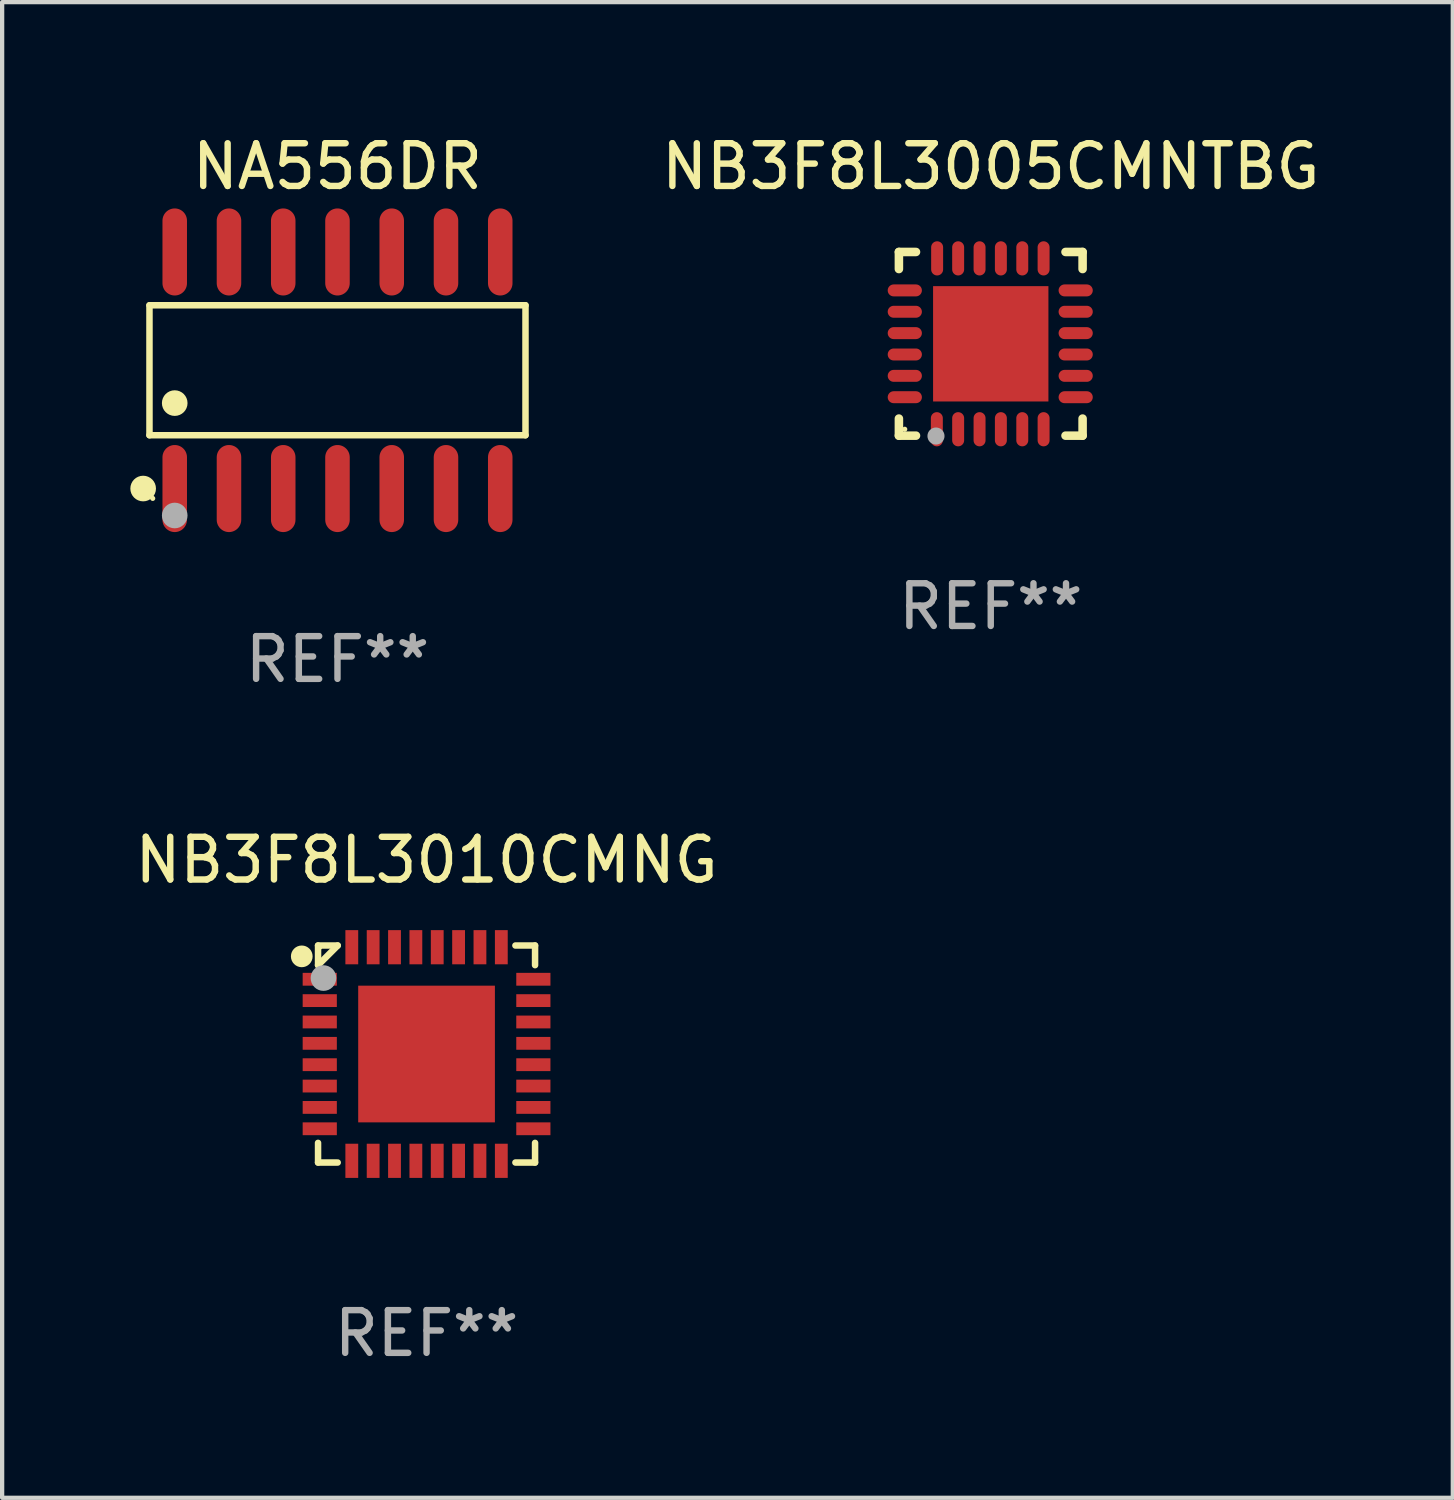
<source format=kicad_pcb>
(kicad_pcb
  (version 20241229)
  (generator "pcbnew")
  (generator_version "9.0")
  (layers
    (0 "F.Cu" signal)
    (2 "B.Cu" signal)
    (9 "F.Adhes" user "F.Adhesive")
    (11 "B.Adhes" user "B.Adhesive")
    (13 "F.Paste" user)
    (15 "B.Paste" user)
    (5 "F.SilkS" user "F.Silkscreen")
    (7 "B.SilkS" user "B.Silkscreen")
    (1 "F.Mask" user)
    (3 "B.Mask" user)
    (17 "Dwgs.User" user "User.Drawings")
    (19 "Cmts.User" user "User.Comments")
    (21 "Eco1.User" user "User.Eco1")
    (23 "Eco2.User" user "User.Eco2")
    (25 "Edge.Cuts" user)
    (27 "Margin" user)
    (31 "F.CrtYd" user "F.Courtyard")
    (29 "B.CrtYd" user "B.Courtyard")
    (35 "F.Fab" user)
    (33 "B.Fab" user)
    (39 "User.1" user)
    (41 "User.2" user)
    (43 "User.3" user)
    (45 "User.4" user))
  (footprint "NA556DR"
    (layer "F.Cu")
    (at 4.85 5.617)
    (property "Reference" "NA556DR" (at 0 -4.769 0) (layer "F.SilkS") (effects (font (size 1 1) (thickness 0.15))))
    (attr through_hole)
    (fp_line (start -4.401 -1.521) (end 4.401 -1.521) (stroke (width 0.152) (type solid)) (layer "F.SilkS"))
    (fp_line (start -4.401 1.521) (end -4.401 -1.521) (stroke (width 0.152) (type solid)) (layer "F.SilkS"))
    (fp_line (start 4.401 -1.521) (end 4.401 1.521) (stroke (width 0.152) (type solid)) (layer "F.SilkS"))
    (fp_line (start 4.401 1.521) (end -4.401 1.521) (stroke (width 0.152) (type solid)) (layer "F.SilkS"))
    (fp_circle (center -4.549 2.769) (end -4.399 2.769) (stroke (width 0.3) (type solid)) (fill no) (layer "F.SilkS"))
    (fp_circle (center -4.325 3) (end -4.295 3) (stroke (width 0.06) (type solid)) (fill no) (layer "F.SilkS"))
    (fp_circle (center -3.81 0.769) (end -3.66 0.769) (stroke (width 0.3) (type solid)) (fill no) (layer "F.SilkS"))
    (fp_circle (center -3.81 3.4) (end -3.66 3.4) (stroke (width 0.3) (type solid)) (fill no) (layer "F.Fab"))
    (fp_text user "REF**" (at 0 6.769 0) (layer "F.Fab") (effects (font (size 1 1) (thickness 0.15))))
    (pad "1" smd oval (at -3.81 2.769) (size 0.574 2.038) (layers "F.Cu" "F.Mask" "F.Paste"))
    (pad "2" smd oval (at -2.54 2.769) (size 0.574 2.038) (layers "F.Cu" "F.Mask" "F.Paste"))
    (pad "3" smd oval (at -1.27 2.769) (size 0.574 2.038) (layers "F.Cu" "F.Mask" "F.Paste"))
    (pad "4" smd oval (at 0 2.769) (size 0.574 2.038) (layers "F.Cu" "F.Mask" "F.Paste"))
    (pad "5" smd oval (at 1.27 2.769) (size 0.574 2.038) (layers "F.Cu" "F.Mask" "F.Paste"))
    (pad "6" smd oval (at 2.54 2.769) (size 0.574 2.038) (layers "F.Cu" "F.Mask" "F.Paste"))
    (pad "7" smd oval (at 3.81 2.769) (size 0.574 2.038) (layers "F.Cu" "F.Mask" "F.Paste"))
    (pad "8" smd oval (at 3.81 -2.769) (size 0.574 2.038) (layers "F.Cu" "F.Mask" "F.Paste"))
    (pad "9" smd oval (at 2.54 -2.769) (size 0.574 2.038) (layers "F.Cu" "F.Mask" "F.Paste"))
    (pad "10" smd oval (at 1.27 -2.769) (size 0.574 2.038) (layers "F.Cu" "F.Mask" "F.Paste"))
    (pad "11" smd oval (at 0 -2.769) (size 0.574 2.038) (layers "F.Cu" "F.Mask" "F.Paste"))
    (pad "12" smd oval (at -1.27 -2.769) (size 0.574 2.038) (layers "F.Cu" "F.Mask" "F.Paste"))
    (pad "13" smd oval (at -2.54 -2.769) (size 0.574 2.038) (layers "F.Cu" "F.Mask" "F.Paste"))
    (pad "14" smd oval (at -3.81 -2.769) (size 0.574 2.038) (layers "F.Cu" "F.Mask" "F.Paste")))
  (footprint "NB3F8L3010CMNG"
    (layer "F.Cu")
    (at 6.935 21.623)
    (property "Reference" "NB3F8L3010CMNG" (at 0 -4.54 0) (layer "F.SilkS") (effects (font (size 1 1) (thickness 0.15))))
    (attr through_hole)
    (fp_line (start -2.54 -2.54) (end -2.08 -2.54) (stroke (width 0.152) (type solid)) (layer "F.SilkS"))
    (fp_line (start -2.54 -2.08) (end -2.54 -2.54) (stroke (width 0.152) (type solid)) (layer "F.SilkS"))
    (fp_line (start -2.54 -2.08) (end -2.08 -2.54) (stroke (width 0.152) (type solid)) (layer "F.SilkS"))
    (fp_line (start -2.54 2.54) (end -2.54 2.08) (stroke (width 0.152) (type solid)) (layer "F.SilkS"))
    (fp_line (start -2.08 2.54) (end -2.54 2.54) (stroke (width 0.152) (type solid)) (layer "F.SilkS"))
    (fp_line (start 2.08 -2.54) (end 2.54 -2.54) (stroke (width 0.152) (type solid)) (layer "F.SilkS"))
    (fp_line (start 2.54 -2.54) (end 2.54 -2.08) (stroke (width 0.152) (type solid)) (layer "F.SilkS"))
    (fp_line (start 2.54 2.08) (end 2.54 2.54) (stroke (width 0.152) (type solid)) (layer "F.SilkS"))
    (fp_line (start 2.54 2.54) (end 2.08 2.54) (stroke (width 0.152) (type solid)) (layer "F.SilkS"))
    (fp_circle (center -2.921 -2.286) (end -2.794 -2.286) (stroke (width 0.254) (type solid)) (fill no) (layer "F.SilkS"))
    (fp_circle (center -2.5 -2.5) (end -2.47 -2.5) (stroke (width 0.06) (type solid)) (fill no) (layer "F.SilkS"))
    (fp_circle (center -2.413 -1.778) (end -2.263 -1.778) (stroke (width 0.3) (type solid)) (fill no) (layer "F.Fab"))
    (fp_text user "REF**" (at 0 6.54 0) (layer "F.Fab") (effects (font (size 1 1) (thickness 0.15))))
    (pad "1" smd rect (at -2.5 -1.75 90) (size 0.3 0.8) (layers "F.Cu" "F.Mask" "F.Paste"))
    (pad "2" smd rect (at -2.5 -1.25 90) (size 0.3 0.8) (layers "F.Cu" "F.Mask" "F.Paste"))
    (pad "3" smd rect (at -2.5 -0.75 90) (size 0.3 0.8) (layers "F.Cu" "F.Mask" "F.Paste"))
    (pad "4" smd rect (at -2.5 -0.25 90) (size 0.3 0.8) (layers "F.Cu" "F.Mask" "F.Paste"))
    (pad "5" smd rect (at -2.5 0.25 90) (size 0.3 0.8) (layers "F.Cu" "F.Mask" "F.Paste"))
    (pad "6" smd rect (at -2.5 0.75 90) (size 0.3 0.8) (layers "F.Cu" "F.Mask" "F.Paste"))
    (pad "7" smd rect (at -2.5 1.25 90) (size 0.3 0.8) (layers "F.Cu" "F.Mask" "F.Paste"))
    (pad "8" smd rect (at -2.5 1.75 90) (size 0.3 0.8) (layers "F.Cu" "F.Mask" "F.Paste"))
    (pad "9" smd rect (at -1.75 2.5 180) (size 0.3 0.8) (layers "F.Cu" "F.Mask" "F.Paste"))
    (pad "10" smd rect (at -1.25 2.5 180) (size 0.3 0.8) (layers "F.Cu" "F.Mask" "F.Paste"))
    (pad "11" smd rect (at -0.75 2.5 180) (size 0.3 0.8) (layers "F.Cu" "F.Mask" "F.Paste"))
    (pad "12" smd rect (at -0.25 2.5 180) (size 0.3 0.8) (layers "F.Cu" "F.Mask" "F.Paste"))
    (pad "13" smd rect (at 0.25 2.5 180) (size 0.3 0.8) (layers "F.Cu" "F.Mask" "F.Paste"))
    (pad "14" smd rect (at 0.75 2.5 180) (size 0.3 0.8) (layers "F.Cu" "F.Mask" "F.Paste"))
    (pad "15" smd rect (at 1.25 2.5 180) (size 0.3 0.8) (layers "F.Cu" "F.Mask" "F.Paste"))
    (pad "16" smd rect (at 1.75 2.5 180) (size 0.3 0.8) (layers "F.Cu" "F.Mask" "F.Paste"))
    (pad "17" smd rect (at 2.5 1.75 270) (size 0.3 0.8) (layers "F.Cu" "F.Mask" "F.Paste"))
    (pad "18" smd rect (at 2.5 1.25 270) (size 0.3 0.8) (layers "F.Cu" "F.Mask" "F.Paste"))
    (pad "19" smd rect (at 2.5 0.75 270) (size 0.3 0.8) (layers "F.Cu" "F.Mask" "F.Paste"))
    (pad "20" smd rect (at 2.5 0.25 270) (size 0.3 0.8) (layers "F.Cu" "F.Mask" "F.Paste"))
    (pad "21" smd rect (at 2.5 -0.25 270) (size 0.3 0.8) (layers "F.Cu" "F.Mask" "F.Paste"))
    (pad "22" smd rect (at 2.5 -0.75 270) (size 0.3 0.8) (layers "F.Cu" "F.Mask" "F.Paste"))
    (pad "23" smd rect (at 2.5 -1.25 270) (size 0.3 0.8) (layers "F.Cu" "F.Mask" "F.Paste"))
    (pad "24" smd rect (at 2.5 -1.75 270) (size 0.3 0.8) (layers "F.Cu" "F.Mask" "F.Paste"))
    (pad "25" smd rect (at 1.75 -2.5) (size 0.3 0.8) (layers "F.Cu" "F.Mask" "F.Paste"))
    (pad "26" smd rect (at 1.25 -2.5) (size 0.3 0.8) (layers "F.Cu" "F.Mask" "F.Paste"))
    (pad "27" smd rect (at 0.75 -2.5) (size 0.3 0.8) (layers "F.Cu" "F.Mask" "F.Paste"))
    (pad "28" smd rect (at 0.25 -2.5) (size 0.3 0.8) (layers "F.Cu" "F.Mask" "F.Paste"))
    (pad "29" smd rect (at -0.25 -2.5) (size 0.3 0.8) (layers "F.Cu" "F.Mask" "F.Paste"))
    (pad "30" smd rect (at -0.75 -2.5) (size 0.3 0.8) (layers "F.Cu" "F.Mask" "F.Paste"))
    (pad "31" smd rect (at -1.25 -2.5) (size 0.3 0.8) (layers "F.Cu" "F.Mask" "F.Paste"))
    (pad "32" smd rect (at -1.75 -2.5) (size 0.3 0.8) (layers "F.Cu" "F.Mask" "F.Paste"))
    (pad "33" smd rect (at 0 0 90) (size 3.2 3.2) (layers "F.Cu" "F.Mask" "F.Paste")))
  (footprint "NB3F8L3005CMNTBG"
    (layer "F.Cu")
    (at 20.142 4.998)
    (property "Reference" "NB3F8L3005CMNTBG" (at 0 -4.15 0) (layer "F.SilkS") (effects (font (size 1 1) (thickness 0.15))))
    (attr through_hole)
    (fp_line (start -2.15 -2.15) (end -1.75 -2.15) (stroke (width 0.2) (type solid)) (layer "F.SilkS"))
    (fp_line (start -2.15 -1.75) (end -2.15 -2.15) (stroke (width 0.2) (type solid)) (layer "F.SilkS"))
    (fp_line (start -2.15 2.15) (end -2.15 1.75) (stroke (width 0.2) (type solid)) (layer "F.SilkS"))
    (fp_line (start -1.75 2.15) (end -2.15 2.15) (stroke (width 0.2) (type solid)) (layer "F.SilkS"))
    (fp_line (start 2.15 -2.15) (end 1.75 -2.15) (stroke (width 0.2) (type solid)) (layer "F.SilkS"))
    (fp_line (start 2.15 -1.75) (end 2.15 -2.15) (stroke (width 0.2) (type solid)) (layer "F.SilkS"))
    (fp_line (start 2.15 1.75) (end 2.15 2.15) (stroke (width 0.2) (type solid)) (layer "F.SilkS"))
    (fp_line (start 2.15 2.15) (end 1.75 2.15) (stroke (width 0.2) (type solid)) (layer "F.SilkS"))
    (fp_circle (center -2.013 2) (end -1.983 2) (stroke (width 0.06) (type solid)) (fill no) (layer "F.SilkS"))
    (fp_circle (center -1.282 2.159) (end -1.182 2.159) (stroke (width 0.2) (type solid)) (fill no) (layer "F.Fab"))
    (fp_text user "REF**" (at 0 6.15 0) (layer "F.Fab") (effects (font (size 1 1) (thickness 0.15))))
    (pad "1" smd oval (at -1.262 2) (size 0.28 0.8) (layers "F.Cu" "F.Mask" "F.Paste"))
    (pad "2" smd oval (at -0.763 2) (size 0.28 0.8) (layers "F.Cu" "F.Mask" "F.Paste"))
    (pad "3" smd oval (at -0.262 2) (size 0.28 0.8) (layers "F.Cu" "F.Mask" "F.Paste"))
    (pad "4" smd oval (at 0.237 2) (size 0.28 0.8) (layers "F.Cu" "F.Mask" "F.Paste"))
    (pad "5" smd oval (at 0.738 2) (size 0.28 0.8) (layers "F.Cu" "F.Mask" "F.Paste"))
    (pad "6" smd oval (at 1.237 2) (size 0.28 0.8) (layers "F.Cu" "F.Mask" "F.Paste"))
    (pad "7" smd oval (at 1.988 1.25) (size 0.8 0.28) (layers "F.Cu" "F.Mask" "F.Paste"))
    (pad "8" smd oval (at 1.988 0.75) (size 0.8 0.28) (layers "F.Cu" "F.Mask" "F.Paste"))
    (pad "9" smd oval (at 1.988 0.25) (size 0.8 0.28) (layers "F.Cu" "F.Mask" "F.Paste"))
    (pad "10" smd oval (at 1.988 -0.25) (size 0.8 0.28) (layers "F.Cu" "F.Mask" "F.Paste"))
    (pad "11" smd oval (at 1.988 -0.75) (size 0.8 0.28) (layers "F.Cu" "F.Mask" "F.Paste"))
    (pad "12" smd oval (at 1.988 -1.25) (size 0.8 0.28) (layers "F.Cu" "F.Mask" "F.Paste"))
    (pad "13" smd oval (at 1.237 -2) (size 0.28 0.8) (layers "F.Cu" "F.Mask" "F.Paste"))
    (pad "14" smd oval (at 0.738 -2) (size 0.28 0.8) (layers "F.Cu" "F.Mask" "F.Paste"))
    (pad "15" smd oval (at 0.237 -2) (size 0.28 0.8) (layers "F.Cu" "F.Mask" "F.Paste"))
    (pad "16" smd oval (at -0.262 -2) (size 0.28 0.8) (layers "F.Cu" "F.Mask" "F.Paste"))
    (pad "17" smd oval (at -0.763 -2) (size 0.28 0.8) (layers "F.Cu" "F.Mask" "F.Paste"))
    (pad "18" smd oval (at -1.255 -2) (size 0.28 0.8) (layers "F.Cu" "F.Mask" "F.Paste"))
    (pad "19" smd oval (at -2.012 -1.25) (size 0.8 0.28) (layers "F.Cu" "F.Mask" "F.Paste"))
    (pad "20" smd oval (at -2.012 -0.75) (size 0.8 0.28) (layers "F.Cu" "F.Mask" "F.Paste"))
    (pad "21" smd oval (at -2.012 -0.25) (size 0.8 0.28) (layers "F.Cu" "F.Mask" "F.Paste"))
    (pad "22" smd oval (at -2.012 0.25) (size 0.8 0.28) (layers "F.Cu" "F.Mask" "F.Paste"))
    (pad "23" smd oval (at -2.012 0.75) (size 0.8 0.28) (layers "F.Cu" "F.Mask" "F.Paste"))
    (pad "24" smd oval (at -2.012 1.25) (size 0.8 0.28) (layers "F.Cu" "F.Mask" "F.Paste"))
    (pad "25" smd rect (at -0.000013 -0.000025) (size 2.7 2.7) (layers "F.Cu" "F.Mask" "F.Paste")))
  (gr_rect
    (start -3 -3)
    (end 30.958 32.011)
    (stroke (width 0.1) (type default))
    (fill no)
    (layer "Edge.Cuts")))
</source>
